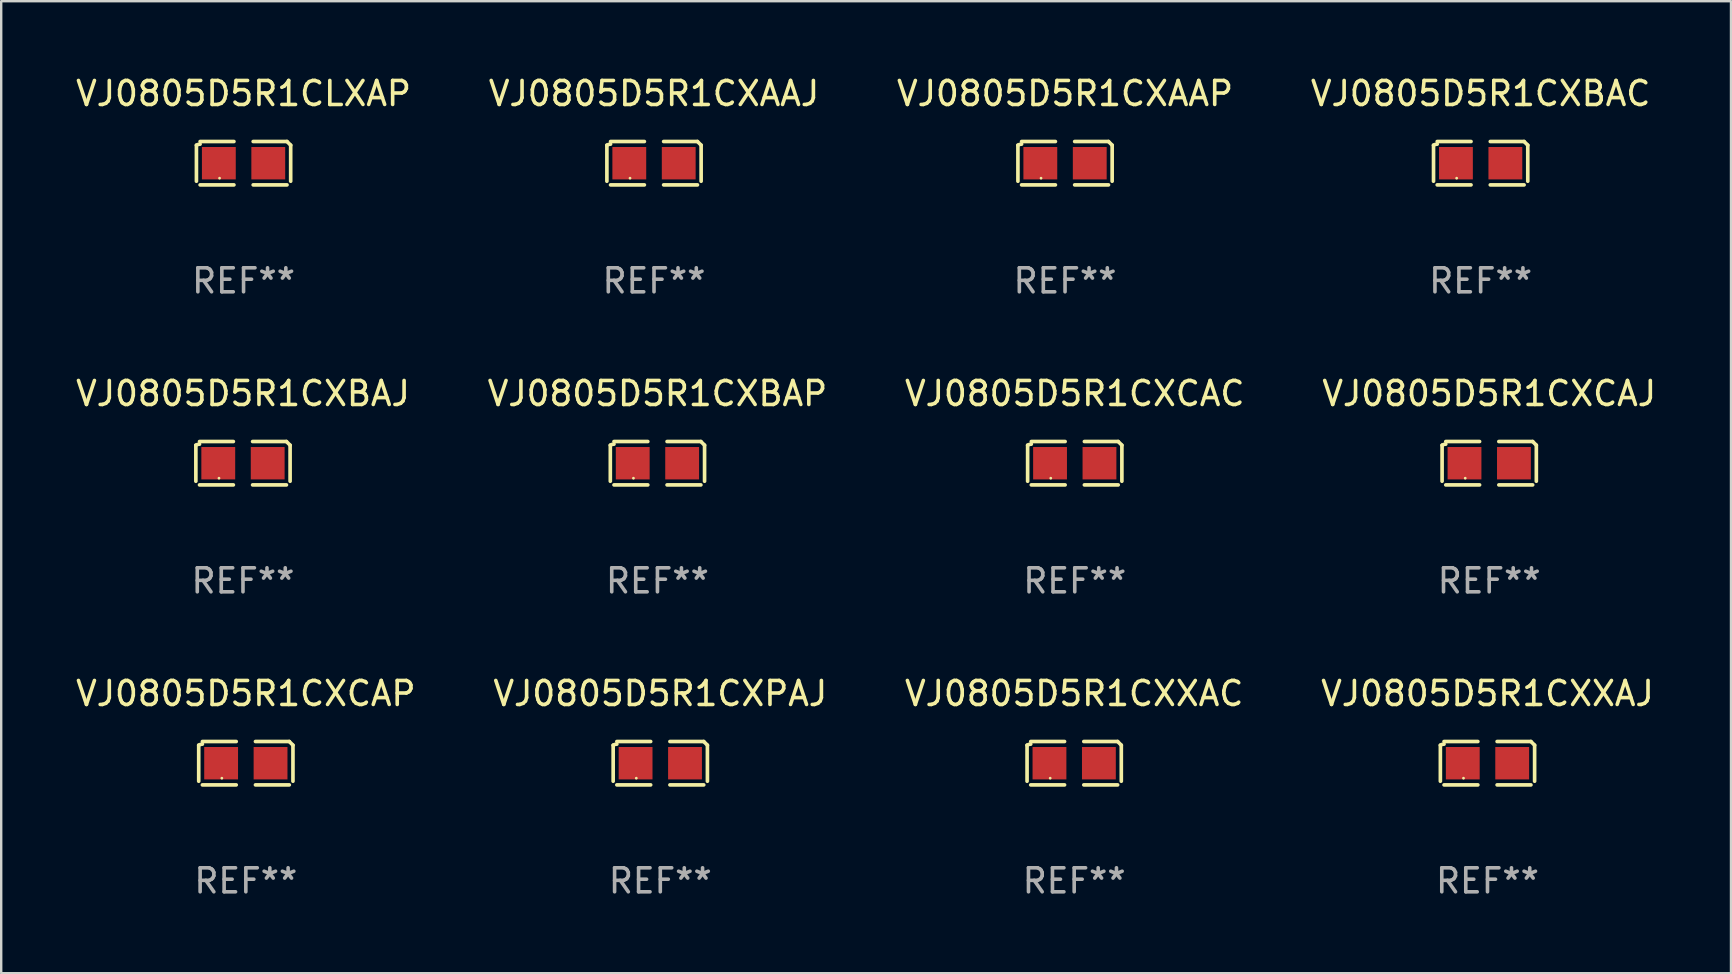
<source format=kicad_pcb>
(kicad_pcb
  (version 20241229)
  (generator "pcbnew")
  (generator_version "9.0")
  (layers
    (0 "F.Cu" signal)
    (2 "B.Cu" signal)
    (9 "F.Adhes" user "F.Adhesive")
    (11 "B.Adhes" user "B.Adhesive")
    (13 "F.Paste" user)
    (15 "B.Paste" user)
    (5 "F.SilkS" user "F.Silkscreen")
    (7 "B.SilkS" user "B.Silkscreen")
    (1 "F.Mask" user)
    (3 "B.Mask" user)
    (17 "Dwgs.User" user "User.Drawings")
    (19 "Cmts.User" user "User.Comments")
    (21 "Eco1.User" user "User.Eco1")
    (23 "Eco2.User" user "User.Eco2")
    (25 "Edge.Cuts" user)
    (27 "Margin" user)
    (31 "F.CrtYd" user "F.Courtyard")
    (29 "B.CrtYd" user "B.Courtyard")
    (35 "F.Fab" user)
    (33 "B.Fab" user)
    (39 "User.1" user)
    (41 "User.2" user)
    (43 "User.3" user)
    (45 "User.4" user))
  (footprint "VJ0805D5R1CXBAP"
    (layer "F.Cu")
    (at 24.351 16.256)
    (property "Reference" "VJ0805D5R1CXBAP" (at 0 -2.904 0) (layer "F.SilkS") (effects (font (size 1 1) (thickness 0.15))))
    (attr through_hole)
    (fp_line (start -1.964 0.751) (end -1.964 -0.751) (stroke (width 0.152) (type solid)) (layer "F.SilkS"))
    (fp_line (start -1.811 -0.904) (end -0.401 -0.904) (stroke (width 0.152) (type solid)) (layer "F.SilkS"))
    (fp_line (start -0.401 0.904) (end -1.811 0.904) (stroke (width 0.152) (type solid)) (layer "F.SilkS"))
    (fp_line (start 0.401 0.904) (end 1.811 0.904) (stroke (width 0.152) (type solid)) (layer "F.SilkS"))
    (fp_line (start 1.811 -0.904) (end 0.401 -0.904) (stroke (width 0.152) (type solid)) (layer "F.SilkS"))
    (fp_line (start 1.964 0.751) (end 1.964 -0.751) (stroke (width 0.152) (type solid)) (layer "F.SilkS"))
    (fp_arc (start -1.963602 -0.751207) (mid -1.890354 -0.783131) (end -1.811201 -0.794044) (stroke (width 0.1524) (type solid)) (layer "F.SilkS"))
    (fp_arc (start 1.811202 -0.903607) (mid 1.887413 -0.827418) (end 1.963602 -0.751207) (stroke (width 0.1524) (type solid)) (layer "F.SilkS"))
    (fp_circle (center -1 0.625) (end -0.97 0.625) (stroke (width 0.06) (type solid)) (fill no) (layer "F.SilkS"))
    (fp_text user "REF**" (at 0 4.904 0) (layer "F.Fab") (effects (font (size 1 1) (thickness 0.15))))
    (pad "1" smd rect (at -1.03 0) (size 1.41 1.35) (layers "F.Cu" "F.Mask" "F.Paste"))
    (pad "2" smd rect (at 1.03 0) (size 1.41 1.35) (layers "F.Cu" "F.Mask" "F.Paste")))
  (footprint "VJ0805D5R1CXXAJ"
    (layer "F.Cu")
    (at 58.946 28.759)
    (property "Reference" "VJ0805D5R1CXXAJ" (at 0 -2.904 0) (layer "F.SilkS") (effects (font (size 1 1) (thickness 0.15))))
    (attr through_hole)
    (fp_line (start -1.964 0.751) (end -1.964 -0.751) (stroke (width 0.152) (type solid)) (layer "F.SilkS"))
    (fp_line (start -1.811 -0.904) (end -0.401 -0.904) (stroke (width 0.152) (type solid)) (layer "F.SilkS"))
    (fp_line (start -0.401 0.904) (end -1.811 0.904) (stroke (width 0.152) (type solid)) (layer "F.SilkS"))
    (fp_line (start 0.401 0.904) (end 1.811 0.904) (stroke (width 0.152) (type solid)) (layer "F.SilkS"))
    (fp_line (start 1.811 -0.904) (end 0.401 -0.904) (stroke (width 0.152) (type solid)) (layer "F.SilkS"))
    (fp_line (start 1.964 0.751) (end 1.964 -0.751) (stroke (width 0.152) (type solid)) (layer "F.SilkS"))
    (fp_arc (start -1.963602 -0.751207) (mid -1.890354 -0.783131) (end -1.811201 -0.794044) (stroke (width 0.1524) (type solid)) (layer "F.SilkS"))
    (fp_arc (start 1.811202 -0.903607) (mid 1.887413 -0.827418) (end 1.963602 -0.751207) (stroke (width 0.1524) (type solid)) (layer "F.SilkS"))
    (fp_circle (center -1 0.625) (end -0.97 0.625) (stroke (width 0.06) (type solid)) (fill no) (layer "F.SilkS"))
    (fp_text user "REF**" (at 0 4.904 0) (layer "F.Fab") (effects (font (size 1 1) (thickness 0.15))))
    (pad "1" smd rect (at -1.03 0) (size 1.41 1.35) (layers "F.Cu" "F.Mask" "F.Paste"))
    (pad "2" smd rect (at 1.03 0) (size 1.41 1.35) (layers "F.Cu" "F.Mask" "F.Paste")))
  (footprint "VJ0805D5R1CXBAJ"
    (layer "F.Cu")
    (at 7.077 16.256)
    (property "Reference" "VJ0805D5R1CXBAJ" (at 0 -2.904 0) (layer "F.SilkS") (effects (font (size 1 1) (thickness 0.15))))
    (attr through_hole)
    (fp_line (start -1.964 0.751) (end -1.964 -0.751) (stroke (width 0.152) (type solid)) (layer "F.SilkS"))
    (fp_line (start -1.811 -0.904) (end -0.401 -0.904) (stroke (width 0.152) (type solid)) (layer "F.SilkS"))
    (fp_line (start -0.401 0.904) (end -1.811 0.904) (stroke (width 0.152) (type solid)) (layer "F.SilkS"))
    (fp_line (start 0.401 0.904) (end 1.811 0.904) (stroke (width 0.152) (type solid)) (layer "F.SilkS"))
    (fp_line (start 1.811 -0.904) (end 0.401 -0.904) (stroke (width 0.152) (type solid)) (layer "F.SilkS"))
    (fp_line (start 1.964 0.751) (end 1.964 -0.751) (stroke (width 0.152) (type solid)) (layer "F.SilkS"))
    (fp_arc (start -1.963602 -0.751207) (mid -1.890354 -0.783131) (end -1.811201 -0.794044) (stroke (width 0.1524) (type solid)) (layer "F.SilkS"))
    (fp_arc (start 1.811202 -0.903607) (mid 1.887413 -0.827418) (end 1.963602 -0.751207) (stroke (width 0.1524) (type solid)) (layer "F.SilkS"))
    (fp_circle (center -1 0.625) (end -0.97 0.625) (stroke (width 0.06) (type solid)) (fill no) (layer "F.SilkS"))
    (fp_text user "REF**" (at 0 4.904 0) (layer "F.Fab") (effects (font (size 1 1) (thickness 0.15))))
    (pad "1" smd rect (at -1.03 0) (size 1.41 1.35) (layers "F.Cu" "F.Mask" "F.Paste"))
    (pad "2" smd rect (at 1.03 0) (size 1.41 1.35) (layers "F.Cu" "F.Mask" "F.Paste")))
  (footprint "VJ0805D5R1CLXAP"
    (layer "F.Cu")
    (at 7.101 3.752)
    (property "Reference" "VJ0805D5R1CLXAP" (at 0 -2.904 0) (layer "F.SilkS") (effects (font (size 1 1) (thickness 0.15))))
    (attr through_hole)
    (fp_line (start -1.964 0.751) (end -1.964 -0.751) (stroke (width 0.152) (type solid)) (layer "F.SilkS"))
    (fp_line (start -1.811 -0.904) (end -0.401 -0.904) (stroke (width 0.152) (type solid)) (layer "F.SilkS"))
    (fp_line (start -0.401 0.904) (end -1.811 0.904) (stroke (width 0.152) (type solid)) (layer "F.SilkS"))
    (fp_line (start 0.401 0.904) (end 1.811 0.904) (stroke (width 0.152) (type solid)) (layer "F.SilkS"))
    (fp_line (start 1.811 -0.904) (end 0.401 -0.904) (stroke (width 0.152) (type solid)) (layer "F.SilkS"))
    (fp_line (start 1.964 0.751) (end 1.964 -0.751) (stroke (width 0.152) (type solid)) (layer "F.SilkS"))
    (fp_arc (start -1.963602 -0.751207) (mid -1.890354 -0.783131) (end -1.811201 -0.794044) (stroke (width 0.1524) (type solid)) (layer "F.SilkS"))
    (fp_arc (start 1.811202 -0.903607) (mid 1.887413 -0.827418) (end 1.963602 -0.751207) (stroke (width 0.1524) (type solid)) (layer "F.SilkS"))
    (fp_circle (center -1 0.625) (end -0.97 0.625) (stroke (width 0.06) (type solid)) (fill no) (layer "F.SilkS"))
    (fp_text user "REF**" (at 0 4.904 0) (layer "F.Fab") (effects (font (size 1 1) (thickness 0.15))))
    (pad "1" smd rect (at -1.03 0) (size 1.41 1.35) (layers "F.Cu" "F.Mask" "F.Paste"))
    (pad "2" smd rect (at 1.03 0) (size 1.41 1.35) (layers "F.Cu" "F.Mask" "F.Paste")))
  (footprint "VJ0805D5R1CXCAC"
    (layer "F.Cu")
    (at 41.744 16.256)
    (property "Reference" "VJ0805D5R1CXCAC" (at 0 -2.904 0) (layer "F.SilkS") (effects (font (size 1 1) (thickness 0.15))))
    (attr through_hole)
    (fp_line (start -1.964 0.751) (end -1.964 -0.751) (stroke (width 0.152) (type solid)) (layer "F.SilkS"))
    (fp_line (start -1.811 -0.904) (end -0.401 -0.904) (stroke (width 0.152) (type solid)) (layer "F.SilkS"))
    (fp_line (start -0.401 0.904) (end -1.811 0.904) (stroke (width 0.152) (type solid)) (layer "F.SilkS"))
    (fp_line (start 0.401 0.904) (end 1.811 0.904) (stroke (width 0.152) (type solid)) (layer "F.SilkS"))
    (fp_line (start 1.811 -0.904) (end 0.401 -0.904) (stroke (width 0.152) (type solid)) (layer "F.SilkS"))
    (fp_line (start 1.964 0.751) (end 1.964 -0.751) (stroke (width 0.152) (type solid)) (layer "F.SilkS"))
    (fp_arc (start -1.963602 -0.751207) (mid -1.890354 -0.783131) (end -1.811201 -0.794044) (stroke (width 0.1524) (type solid)) (layer "F.SilkS"))
    (fp_arc (start 1.811202 -0.903607) (mid 1.887413 -0.827418) (end 1.963602 -0.751207) (stroke (width 0.1524) (type solid)) (layer "F.SilkS"))
    (fp_circle (center -1 0.625) (end -0.97 0.625) (stroke (width 0.06) (type solid)) (fill no) (layer "F.SilkS"))
    (fp_text user "REF**" (at 0 4.904 0) (layer "F.Fab") (effects (font (size 1 1) (thickness 0.15))))
    (pad "1" smd rect (at -1.03 0) (size 1.41 1.35) (layers "F.Cu" "F.Mask" "F.Paste"))
    (pad "2" smd rect (at 1.03 0) (size 1.41 1.35) (layers "F.Cu" "F.Mask" "F.Paste")))
  (footprint "VJ0805D5R1CXCAJ"
    (layer "F.Cu")
    (at 59.018 16.256)
    (property "Reference" "VJ0805D5R1CXCAJ" (at 0 -2.904 0) (layer "F.SilkS") (effects (font (size 1 1) (thickness 0.15))))
    (attr through_hole)
    (fp_line (start -1.964 0.751) (end -1.964 -0.751) (stroke (width 0.152) (type solid)) (layer "F.SilkS"))
    (fp_line (start -1.811 -0.904) (end -0.401 -0.904) (stroke (width 0.152) (type solid)) (layer "F.SilkS"))
    (fp_line (start -0.401 0.904) (end -1.811 0.904) (stroke (width 0.152) (type solid)) (layer "F.SilkS"))
    (fp_line (start 0.401 0.904) (end 1.811 0.904) (stroke (width 0.152) (type solid)) (layer "F.SilkS"))
    (fp_line (start 1.811 -0.904) (end 0.401 -0.904) (stroke (width 0.152) (type solid)) (layer "F.SilkS"))
    (fp_line (start 1.964 0.751) (end 1.964 -0.751) (stroke (width 0.152) (type solid)) (layer "F.SilkS"))
    (fp_arc (start -1.963602 -0.751207) (mid -1.890354 -0.783131) (end -1.811201 -0.794044) (stroke (width 0.1524) (type solid)) (layer "F.SilkS"))
    (fp_arc (start 1.811202 -0.903607) (mid 1.887413 -0.827418) (end 1.963602 -0.751207) (stroke (width 0.1524) (type solid)) (layer "F.SilkS"))
    (fp_circle (center -1 0.625) (end -0.97 0.625) (stroke (width 0.06) (type solid)) (fill no) (layer "F.SilkS"))
    (fp_text user "REF**" (at 0 4.904 0) (layer "F.Fab") (effects (font (size 1 1) (thickness 0.15))))
    (pad "1" smd rect (at -1.03 0) (size 1.41 1.35) (layers "F.Cu" "F.Mask" "F.Paste"))
    (pad "2" smd rect (at 1.03 0) (size 1.41 1.35) (layers "F.Cu" "F.Mask" "F.Paste")))
  (footprint "VJ0805D5R1CXXAC"
    (layer "F.Cu")
    (at 41.72 28.759)
    (property "Reference" "VJ0805D5R1CXXAC" (at 0 -2.904 0) (layer "F.SilkS") (effects (font (size 1 1) (thickness 0.15))))
    (attr through_hole)
    (fp_line (start -1.964 0.751) (end -1.964 -0.751) (stroke (width 0.152) (type solid)) (layer "F.SilkS"))
    (fp_line (start -1.811 -0.904) (end -0.401 -0.904) (stroke (width 0.152) (type solid)) (layer "F.SilkS"))
    (fp_line (start -0.401 0.904) (end -1.811 0.904) (stroke (width 0.152) (type solid)) (layer "F.SilkS"))
    (fp_line (start 0.401 0.904) (end 1.811 0.904) (stroke (width 0.152) (type solid)) (layer "F.SilkS"))
    (fp_line (start 1.811 -0.904) (end 0.401 -0.904) (stroke (width 0.152) (type solid)) (layer "F.SilkS"))
    (fp_line (start 1.964 0.751) (end 1.964 -0.751) (stroke (width 0.152) (type solid)) (layer "F.SilkS"))
    (fp_arc (start -1.963602 -0.751207) (mid -1.890354 -0.783131) (end -1.811201 -0.794044) (stroke (width 0.1524) (type solid)) (layer "F.SilkS"))
    (fp_arc (start 1.811202 -0.903607) (mid 1.887413 -0.827418) (end 1.963602 -0.751207) (stroke (width 0.1524) (type solid)) (layer "F.SilkS"))
    (fp_circle (center -1 0.625) (end -0.97 0.625) (stroke (width 0.06) (type solid)) (fill no) (layer "F.SilkS"))
    (fp_text user "REF**" (at 0 4.904 0) (layer "F.Fab") (effects (font (size 1 1) (thickness 0.15))))
    (pad "1" smd rect (at -1.03 0) (size 1.41 1.35) (layers "F.Cu" "F.Mask" "F.Paste"))
    (pad "2" smd rect (at 1.03 0) (size 1.41 1.35) (layers "F.Cu" "F.Mask" "F.Paste")))
  (footprint "VJ0805D5R1CXAAJ"
    (layer "F.Cu")
    (at 24.208 3.752)
    (property "Reference" "VJ0805D5R1CXAAJ" (at 0 -2.904 0) (layer "F.SilkS") (effects (font (size 1 1) (thickness 0.15))))
    (attr through_hole)
    (fp_line (start -1.964 0.751) (end -1.964 -0.751) (stroke (width 0.152) (type solid)) (layer "F.SilkS"))
    (fp_line (start -1.811 -0.904) (end -0.401 -0.904) (stroke (width 0.152) (type solid)) (layer "F.SilkS"))
    (fp_line (start -0.401 0.904) (end -1.811 0.904) (stroke (width 0.152) (type solid)) (layer "F.SilkS"))
    (fp_line (start 0.401 0.904) (end 1.811 0.904) (stroke (width 0.152) (type solid)) (layer "F.SilkS"))
    (fp_line (start 1.811 -0.904) (end 0.401 -0.904) (stroke (width 0.152) (type solid)) (layer "F.SilkS"))
    (fp_line (start 1.964 0.751) (end 1.964 -0.751) (stroke (width 0.152) (type solid)) (layer "F.SilkS"))
    (fp_arc (start -1.963602 -0.751207) (mid -1.890354 -0.783131) (end -1.811201 -0.794044) (stroke (width 0.1524) (type solid)) (layer "F.SilkS"))
    (fp_arc (start 1.811202 -0.903607) (mid 1.887413 -0.827418) (end 1.963602 -0.751207) (stroke (width 0.1524) (type solid)) (layer "F.SilkS"))
    (fp_circle (center -1 0.625) (end -0.97 0.625) (stroke (width 0.06) (type solid)) (fill no) (layer "F.SilkS"))
    (fp_text user "REF**" (at 0 4.904 0) (layer "F.Fab") (effects (font (size 1 1) (thickness 0.15))))
    (pad "1" smd rect (at -1.03 0) (size 1.41 1.35) (layers "F.Cu" "F.Mask" "F.Paste"))
    (pad "2" smd rect (at 1.03 0) (size 1.41 1.35) (layers "F.Cu" "F.Mask" "F.Paste")))
  (footprint "VJ0805D5R1CXPAJ"
    (layer "F.Cu")
    (at 24.47 28.759)
    (property "Reference" "VJ0805D5R1CXPAJ" (at 0 -2.904 0) (layer "F.SilkS") (effects (font (size 1 1) (thickness 0.15))))
    (attr through_hole)
    (fp_line (start -1.964 0.751) (end -1.964 -0.751) (stroke (width 0.152) (type solid)) (layer "F.SilkS"))
    (fp_line (start -1.811 -0.904) (end -0.401 -0.904) (stroke (width 0.152) (type solid)) (layer "F.SilkS"))
    (fp_line (start -0.401 0.904) (end -1.811 0.904) (stroke (width 0.152) (type solid)) (layer "F.SilkS"))
    (fp_line (start 0.401 0.904) (end 1.811 0.904) (stroke (width 0.152) (type solid)) (layer "F.SilkS"))
    (fp_line (start 1.811 -0.904) (end 0.401 -0.904) (stroke (width 0.152) (type solid)) (layer "F.SilkS"))
    (fp_line (start 1.964 0.751) (end 1.964 -0.751) (stroke (width 0.152) (type solid)) (layer "F.SilkS"))
    (fp_arc (start -1.963602 -0.751207) (mid -1.890354 -0.783131) (end -1.811201 -0.794044) (stroke (width 0.1524) (type solid)) (layer "F.SilkS"))
    (fp_arc (start 1.811202 -0.903607) (mid 1.887413 -0.827418) (end 1.963602 -0.751207) (stroke (width 0.1524) (type solid)) (layer "F.SilkS"))
    (fp_circle (center -1 0.625) (end -0.97 0.625) (stroke (width 0.06) (type solid)) (fill no) (layer "F.SilkS"))
    (fp_text user "REF**" (at 0 4.904 0) (layer "F.Fab") (effects (font (size 1 1) (thickness 0.15))))
    (pad "1" smd rect (at -1.03 0) (size 1.41 1.35) (layers "F.Cu" "F.Mask" "F.Paste"))
    (pad "2" smd rect (at 1.03 0) (size 1.41 1.35) (layers "F.Cu" "F.Mask" "F.Paste")))
  (footprint "VJ0805D5R1CXAAP"
    (layer "F.Cu")
    (at 41.339 3.752)
    (property "Reference" "VJ0805D5R1CXAAP" (at 0 -2.904 0) (layer "F.SilkS") (effects (font (size 1 1) (thickness 0.15))))
    (attr through_hole)
    (fp_line (start -1.964 0.751) (end -1.964 -0.751) (stroke (width 0.152) (type solid)) (layer "F.SilkS"))
    (fp_line (start -1.811 -0.904) (end -0.401 -0.904) (stroke (width 0.152) (type solid)) (layer "F.SilkS"))
    (fp_line (start -0.401 0.904) (end -1.811 0.904) (stroke (width 0.152) (type solid)) (layer "F.SilkS"))
    (fp_line (start 0.401 0.904) (end 1.811 0.904) (stroke (width 0.152) (type solid)) (layer "F.SilkS"))
    (fp_line (start 1.811 -0.904) (end 0.401 -0.904) (stroke (width 0.152) (type solid)) (layer "F.SilkS"))
    (fp_line (start 1.964 0.751) (end 1.964 -0.751) (stroke (width 0.152) (type solid)) (layer "F.SilkS"))
    (fp_arc (start -1.963602 -0.751207) (mid -1.890354 -0.783131) (end -1.811201 -0.794044) (stroke (width 0.1524) (type solid)) (layer "F.SilkS"))
    (fp_arc (start 1.811202 -0.903607) (mid 1.887413 -0.827418) (end 1.963602 -0.751207) (stroke (width 0.1524) (type solid)) (layer "F.SilkS"))
    (fp_circle (center -1 0.625) (end -0.97 0.625) (stroke (width 0.06) (type solid)) (fill no) (layer "F.SilkS"))
    (fp_text user "REF**" (at 0 4.904 0) (layer "F.Fab") (effects (font (size 1 1) (thickness 0.15))))
    (pad "1" smd rect (at -1.03 0) (size 1.41 1.35) (layers "F.Cu" "F.Mask" "F.Paste"))
    (pad "2" smd rect (at 1.03 0) (size 1.41 1.35) (layers "F.Cu" "F.Mask" "F.Paste")))
  (footprint "VJ0805D5R1CXBAC"
    (layer "F.Cu")
    (at 58.661 3.752)
    (property "Reference" "VJ0805D5R1CXBAC" (at 0 -2.904 0) (layer "F.SilkS") (effects (font (size 1 1) (thickness 0.15))))
    (attr through_hole)
    (fp_line (start -1.964 0.751) (end -1.964 -0.751) (stroke (width 0.152) (type solid)) (layer "F.SilkS"))
    (fp_line (start -1.811 -0.904) (end -0.401 -0.904) (stroke (width 0.152) (type solid)) (layer "F.SilkS"))
    (fp_line (start -0.401 0.904) (end -1.811 0.904) (stroke (width 0.152) (type solid)) (layer "F.SilkS"))
    (fp_line (start 0.401 0.904) (end 1.811 0.904) (stroke (width 0.152) (type solid)) (layer "F.SilkS"))
    (fp_line (start 1.811 -0.904) (end 0.401 -0.904) (stroke (width 0.152) (type solid)) (layer "F.SilkS"))
    (fp_line (start 1.964 0.751) (end 1.964 -0.751) (stroke (width 0.152) (type solid)) (layer "F.SilkS"))
    (fp_arc (start -1.963602 -0.751207) (mid -1.890354 -0.783131) (end -1.811201 -0.794044) (stroke (width 0.1524) (type solid)) (layer "F.SilkS"))
    (fp_arc (start 1.811202 -0.903607) (mid 1.887413 -0.827418) (end 1.963602 -0.751207) (stroke (width 0.1524) (type solid)) (layer "F.SilkS"))
    (fp_circle (center -1 0.625) (end -0.97 0.625) (stroke (width 0.06) (type solid)) (fill no) (layer "F.SilkS"))
    (fp_text user "REF**" (at 0 4.904 0) (layer "F.Fab") (effects (font (size 1 1) (thickness 0.15))))
    (pad "1" smd rect (at -1.03 0) (size 1.41 1.35) (layers "F.Cu" "F.Mask" "F.Paste"))
    (pad "2" smd rect (at 1.03 0) (size 1.41 1.35) (layers "F.Cu" "F.Mask" "F.Paste")))
  (footprint "VJ0805D5R1CXCAP"
    (layer "F.Cu")
    (at 7.196 28.759)
    (property "Reference" "VJ0805D5R1CXCAP" (at 0 -2.904 0) (layer "F.SilkS") (effects (font (size 1 1) (thickness 0.15))))
    (attr through_hole)
    (fp_line (start -1.964 0.751) (end -1.964 -0.751) (stroke (width 0.152) (type solid)) (layer "F.SilkS"))
    (fp_line (start -1.811 -0.904) (end -0.401 -0.904) (stroke (width 0.152) (type solid)) (layer "F.SilkS"))
    (fp_line (start -0.401 0.904) (end -1.811 0.904) (stroke (width 0.152) (type solid)) (layer "F.SilkS"))
    (fp_line (start 0.401 0.904) (end 1.811 0.904) (stroke (width 0.152) (type solid)) (layer "F.SilkS"))
    (fp_line (start 1.811 -0.904) (end 0.401 -0.904) (stroke (width 0.152) (type solid)) (layer "F.SilkS"))
    (fp_line (start 1.964 0.751) (end 1.964 -0.751) (stroke (width 0.152) (type solid)) (layer "F.SilkS"))
    (fp_arc (start -1.963602 -0.751207) (mid -1.890354 -0.783131) (end -1.811201 -0.794044) (stroke (width 0.1524) (type solid)) (layer "F.SilkS"))
    (fp_arc (start 1.811202 -0.903607) (mid 1.887413 -0.827418) (end 1.963602 -0.751207) (stroke (width 0.1524) (type solid)) (layer "F.SilkS"))
    (fp_circle (center -1 0.625) (end -0.97 0.625) (stroke (width 0.06) (type solid)) (fill no) (layer "F.SilkS"))
    (fp_text user "REF**" (at 0 4.904 0) (layer "F.Fab") (effects (font (size 1 1) (thickness 0.15))))
    (pad "1" smd rect (at -1.03 0) (size 1.41 1.35) (layers "F.Cu" "F.Mask" "F.Paste"))
    (pad "2" smd rect (at 1.03 0) (size 1.41 1.35) (layers "F.Cu" "F.Mask" "F.Paste")))
  (gr_rect
    (start -3 -3)
    (end 69.095 37.511)
    (stroke (width 0.1) (type default))
    (fill no)
    (layer "Edge.Cuts")))
</source>
